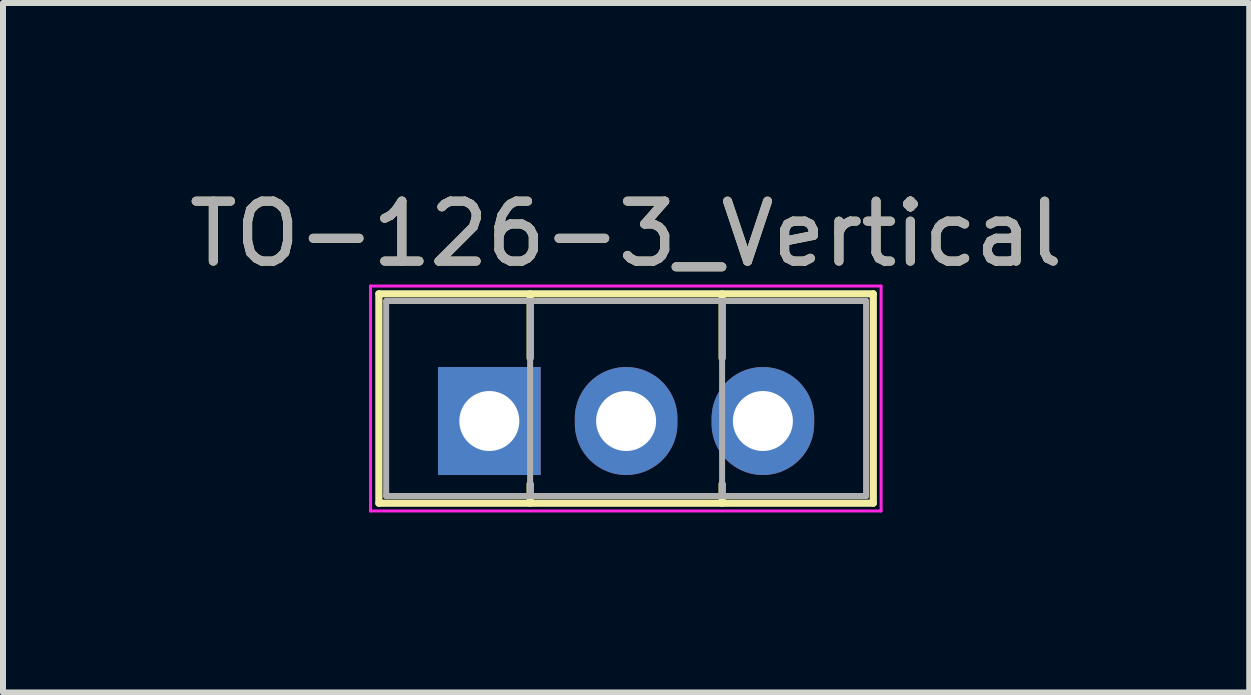
<source format=kicad_pcb>
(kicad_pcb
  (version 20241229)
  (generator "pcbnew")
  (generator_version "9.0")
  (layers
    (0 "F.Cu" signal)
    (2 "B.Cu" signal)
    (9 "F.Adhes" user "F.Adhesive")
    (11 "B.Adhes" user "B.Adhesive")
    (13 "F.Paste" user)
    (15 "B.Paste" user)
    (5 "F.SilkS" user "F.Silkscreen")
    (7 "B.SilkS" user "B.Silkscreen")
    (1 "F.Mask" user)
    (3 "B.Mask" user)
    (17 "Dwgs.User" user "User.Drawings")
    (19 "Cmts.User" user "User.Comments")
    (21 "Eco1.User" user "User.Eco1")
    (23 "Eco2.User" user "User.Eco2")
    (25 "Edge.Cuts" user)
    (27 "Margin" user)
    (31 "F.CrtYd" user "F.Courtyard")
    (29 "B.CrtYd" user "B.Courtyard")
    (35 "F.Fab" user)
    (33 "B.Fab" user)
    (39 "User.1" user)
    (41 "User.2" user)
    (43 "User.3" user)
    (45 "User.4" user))
  (footprint "TO-126-3_Vertical"
    (layer "F.Cu")
    (at 5.107 3.968)
    (property "Reference" "TO-126-3_Vertical" (at 2.28 -3.12 0) (layer "F.SilkS") (effects (font (size 1 1) (thickness 0.15))))
    (attr through_hole)
    (fp_line (start -1.841 -2.12) (end -1.841 1.37) (stroke (width 0.12) (type solid)) (layer "F.SilkS"))
    (fp_line (start -1.841 -2.12) (end 6.4 -2.12) (stroke (width 0.12) (type solid)) (layer "F.SilkS"))
    (fp_line (start -1.841 1.37) (end 6.4 1.37) (stroke (width 0.12) (type solid)) (layer "F.SilkS"))
    (fp_line (start 0.68 -2.12) (end 0.68 -1.05) (stroke (width 0.12) (type solid)) (layer "F.SilkS"))
    (fp_line (start 0.68 1.05) (end 0.68 1.37) (stroke (width 0.12) (type solid)) (layer "F.SilkS"))
    (fp_line (start 3.88 -2.12) (end 3.88 -1.05) (stroke (width 0.12) (type solid)) (layer "F.SilkS"))
    (fp_line (start 3.88 1.05) (end 3.88 1.37) (stroke (width 0.12) (type solid)) (layer "F.SilkS"))
    (fp_line (start 6.4 -2.12) (end 6.4 1.37) (stroke (width 0.12) (type solid)) (layer "F.SilkS"))
    (fp_line (start -1.98 -2.25) (end -1.98 1.5) (stroke (width 0.05) (type solid)) (layer "F.CrtYd"))
    (fp_line (start -1.98 1.5) (end 6.53 1.5) (stroke (width 0.05) (type solid)) (layer "F.CrtYd"))
    (fp_line (start 6.53 -2.25) (end -1.98 -2.25) (stroke (width 0.05) (type solid)) (layer "F.CrtYd"))
    (fp_line (start 6.53 1.5) (end 6.53 -2.25) (stroke (width 0.05) (type solid)) (layer "F.CrtYd"))
    (fp_line (start -1.72 -2) (end -1.72 1.25) (stroke (width 0.1) (type solid)) (layer "F.Fab"))
    (fp_line (start -1.72 1.25) (end 6.28 1.25) (stroke (width 0.1) (type solid)) (layer "F.Fab"))
    (fp_line (start 0.68 -2) (end 0.68 1.25) (stroke (width 0.1) (type solid)) (layer "F.Fab"))
    (fp_line (start 3.88 -2) (end 3.88 1.25) (stroke (width 0.1) (type solid)) (layer "F.Fab"))
    (fp_line (start 6.28 -2) (end -1.72 -2) (stroke (width 0.1) (type solid)) (layer "F.Fab"))
    (fp_line (start 6.28 1.25) (end 6.28 -2) (stroke (width 0.1) (type solid)) (layer "F.Fab"))
    (fp_text user "${REFERENCE}" (at 2.28 -3.12 0) (layer "F.Fab") (effects (font (size 1 1) (thickness 0.15))))
    (pad "1" thru_hole oval (at 2.28 0) (size 1.71 1.8) (drill 1) (layers "*.Cu" "*.Mask"))
    (pad "2" thru_hole oval (at 4.56 0) (size 1.71 1.8) (drill 1) (layers "*.Cu" "*.Mask"))
    (pad "3" thru_hole rect (at 0 0) (size 1.71 1.8) (drill 1) (layers "*.Cu" "*.Mask")))
  (gr_rect
    (start -3 -3)
    (end 17.774 8.493)
    (stroke (width 0.1) (type default))
    (fill no)
    (layer "Edge.Cuts")))
</source>
